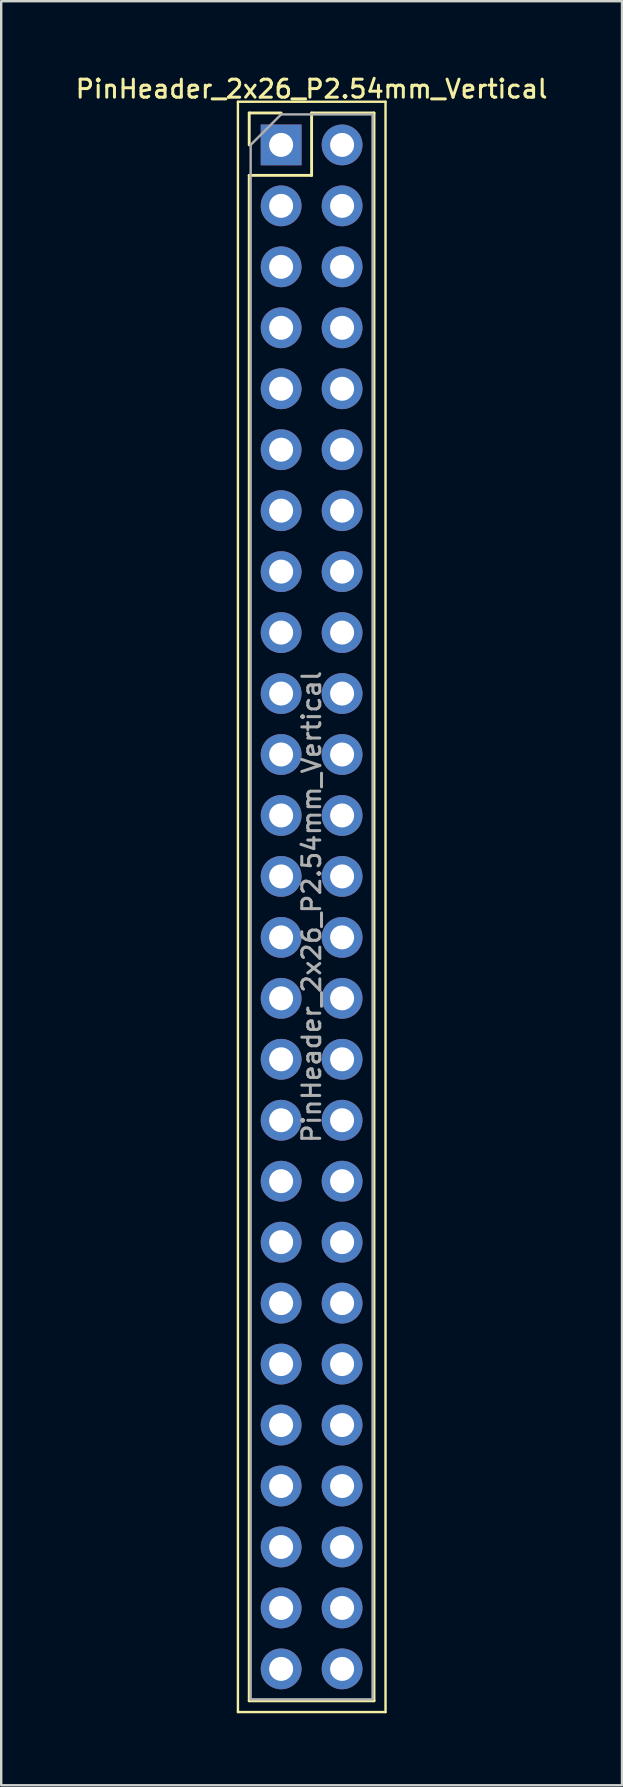
<source format=kicad_pcb>
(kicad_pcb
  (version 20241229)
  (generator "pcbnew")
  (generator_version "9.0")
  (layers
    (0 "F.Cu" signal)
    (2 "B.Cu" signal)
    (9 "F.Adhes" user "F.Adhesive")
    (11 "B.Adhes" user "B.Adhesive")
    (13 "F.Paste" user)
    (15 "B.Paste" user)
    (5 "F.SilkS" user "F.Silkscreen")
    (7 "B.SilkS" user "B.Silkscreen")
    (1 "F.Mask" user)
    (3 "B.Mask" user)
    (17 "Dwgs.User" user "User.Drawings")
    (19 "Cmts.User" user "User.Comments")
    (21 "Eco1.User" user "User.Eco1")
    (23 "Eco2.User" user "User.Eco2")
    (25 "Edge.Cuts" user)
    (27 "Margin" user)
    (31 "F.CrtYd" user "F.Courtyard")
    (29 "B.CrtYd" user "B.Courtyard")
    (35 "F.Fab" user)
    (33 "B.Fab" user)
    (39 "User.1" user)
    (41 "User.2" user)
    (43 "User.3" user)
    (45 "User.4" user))
  (footprint "PinHeader_2x26_P2.54mm_Vertical"
    (layer "F.Cu")
    (at 8.664 2.988)
    (property "Reference" "PinHeader_2x26_P2.54mm_Vertical" (at 1.27 -2.33 0) (layer "F.SilkS") (effects (font (size 0.75 0.75) (thickness 0.125))))
    (attr through_hole)
    (fp_line (start -1.8 -1.8) (end -1.8 65.3) (stroke (width 0.1) (type solid)) (layer "F.SilkS"))
    (fp_line (start -1.8 65.3) (end 4.35 65.3) (stroke (width 0.1) (type solid)) (layer "F.SilkS"))
    (fp_line (start -1.33 -1.33) (end 0 -1.33) (stroke (width 0.12) (type solid)) (layer "F.SilkS"))
    (fp_line (start -1.33 0) (end -1.33 -1.33) (stroke (width 0.12) (type solid)) (layer "F.SilkS"))
    (fp_line (start -1.33 1.27) (end -1.33 64.83) (stroke (width 0.12) (type solid)) (layer "F.SilkS"))
    (fp_line (start -1.33 1.27) (end 1.27 1.27) (stroke (width 0.12) (type solid)) (layer "F.SilkS"))
    (fp_line (start -1.33 64.83) (end 3.87 64.83) (stroke (width 0.12) (type solid)) (layer "F.SilkS"))
    (fp_line (start 1.27 -1.33) (end 3.87 -1.33) (stroke (width 0.12) (type solid)) (layer "F.SilkS"))
    (fp_line (start 1.27 1.27) (end 1.27 -1.33) (stroke (width 0.12) (type solid)) (layer "F.SilkS"))
    (fp_line (start 3.87 -1.33) (end 3.87 64.83) (stroke (width 0.12) (type solid)) (layer "F.SilkS"))
    (fp_line (start 4.35 -1.8) (end -1.8 -1.8) (stroke (width 0.1) (type solid)) (layer "F.SilkS"))
    (fp_line (start 4.35 65.3) (end 4.35 -1.8) (stroke (width 0.1) (type solid)) (layer "F.SilkS"))
    (fp_line (start -1.27 0) (end 0 -1.27) (stroke (width 0.1) (type solid)) (layer "F.Fab"))
    (fp_line (start -1.27 64.77) (end -1.27 0) (stroke (width 0.1) (type solid)) (layer "F.Fab"))
    (fp_line (start 0 -1.27) (end 3.81 -1.27) (stroke (width 0.1) (type solid)) (layer "F.Fab"))
    (fp_line (start 3.81 -1.27) (end 3.81 64.77) (stroke (width 0.1) (type solid)) (layer "F.Fab"))
    (fp_line (start 3.81 64.77) (end -1.27 64.77) (stroke (width 0.1) (type solid)) (layer "F.Fab"))
    (fp_text user "${REFERENCE}" (at 1.27 31.75 90) (layer "F.Fab") (effects (font (size 0.75 0.75) (thickness 0.125))))
    (pad "1" thru_hole rect (at 0 0) (size 1.7 1.7) (drill 1) (layers "*.Cu" "*.Mask"))
    (pad "2" thru_hole oval (at 2.54 0) (size 1.7 1.7) (drill 1) (layers "*.Cu" "*.Mask"))
    (pad "3" thru_hole oval (at 0 2.54) (size 1.7 1.7) (drill 1) (layers "*.Cu" "*.Mask"))
    (pad "4" thru_hole oval (at 2.54 2.54) (size 1.7 1.7) (drill 1) (layers "*.Cu" "*.Mask"))
    (pad "5" thru_hole oval (at 0 5.08) (size 1.7 1.7) (drill 1) (layers "*.Cu" "*.Mask"))
    (pad "6" thru_hole oval (at 2.54 5.08) (size 1.7 1.7) (drill 1) (layers "*.Cu" "*.Mask"))
    (pad "7" thru_hole oval (at 0 7.62) (size 1.7 1.7) (drill 1) (layers "*.Cu" "*.Mask"))
    (pad "8" thru_hole oval (at 2.54 7.62) (size 1.7 1.7) (drill 1) (layers "*.Cu" "*.Mask"))
    (pad "9" thru_hole oval (at 0 10.16) (size 1.7 1.7) (drill 1) (layers "*.Cu" "*.Mask"))
    (pad "10" thru_hole oval (at 2.54 10.16) (size 1.7 1.7) (drill 1) (layers "*.Cu" "*.Mask"))
    (pad "11" thru_hole oval (at 0 12.7) (size 1.7 1.7) (drill 1) (layers "*.Cu" "*.Mask"))
    (pad "12" thru_hole oval (at 2.54 12.7) (size 1.7 1.7) (drill 1) (layers "*.Cu" "*.Mask"))
    (pad "13" thru_hole oval (at 0 15.24) (size 1.7 1.7) (drill 1) (layers "*.Cu" "*.Mask"))
    (pad "14" thru_hole oval (at 2.54 15.24) (size 1.7 1.7) (drill 1) (layers "*.Cu" "*.Mask"))
    (pad "15" thru_hole oval (at 0 17.78) (size 1.7 1.7) (drill 1) (layers "*.Cu" "*.Mask"))
    (pad "16" thru_hole oval (at 2.54 17.78) (size 1.7 1.7) (drill 1) (layers "*.Cu" "*.Mask"))
    (pad "17" thru_hole oval (at 0 20.32) (size 1.7 1.7) (drill 1) (layers "*.Cu" "*.Mask"))
    (pad "18" thru_hole oval (at 2.54 20.32) (size 1.7 1.7) (drill 1) (layers "*.Cu" "*.Mask"))
    (pad "19" thru_hole oval (at 0 22.86) (size 1.7 1.7) (drill 1) (layers "*.Cu" "*.Mask"))
    (pad "20" thru_hole oval (at 2.54 22.86) (size 1.7 1.7) (drill 1) (layers "*.Cu" "*.Mask"))
    (pad "21" thru_hole oval (at 0 25.4) (size 1.7 1.7) (drill 1) (layers "*.Cu" "*.Mask"))
    (pad "22" thru_hole oval (at 2.54 25.4) (size 1.7 1.7) (drill 1) (layers "*.Cu" "*.Mask"))
    (pad "23" thru_hole oval (at 0 27.94) (size 1.7 1.7) (drill 1) (layers "*.Cu" "*.Mask"))
    (pad "24" thru_hole oval (at 2.54 27.94) (size 1.7 1.7) (drill 1) (layers "*.Cu" "*.Mask"))
    (pad "25" thru_hole oval (at 0 30.48) (size 1.7 1.7) (drill 1) (layers "*.Cu" "*.Mask"))
    (pad "26" thru_hole oval (at 2.54 30.48) (size 1.7 1.7) (drill 1) (layers "*.Cu" "*.Mask"))
    (pad "27" thru_hole oval (at 0 33.02) (size 1.7 1.7) (drill 1) (layers "*.Cu" "*.Mask"))
    (pad "28" thru_hole oval (at 2.54 33.02) (size 1.7 1.7) (drill 1) (layers "*.Cu" "*.Mask"))
    (pad "29" thru_hole oval (at 0 35.56) (size 1.7 1.7) (drill 1) (layers "*.Cu" "*.Mask"))
    (pad "30" thru_hole oval (at 2.54 35.56) (size 1.7 1.7) (drill 1) (layers "*.Cu" "*.Mask"))
    (pad "31" thru_hole oval (at 0 38.1) (size 1.7 1.7) (drill 1) (layers "*.Cu" "*.Mask"))
    (pad "32" thru_hole oval (at 2.54 38.1) (size 1.7 1.7) (drill 1) (layers "*.Cu" "*.Mask"))
    (pad "33" thru_hole oval (at 0 40.64) (size 1.7 1.7) (drill 1) (layers "*.Cu" "*.Mask"))
    (pad "34" thru_hole oval (at 2.54 40.64) (size 1.7 1.7) (drill 1) (layers "*.Cu" "*.Mask"))
    (pad "35" thru_hole oval (at 0 43.18) (size 1.7 1.7) (drill 1) (layers "*.Cu" "*.Mask"))
    (pad "36" thru_hole oval (at 2.54 43.18) (size 1.7 1.7) (drill 1) (layers "*.Cu" "*.Mask"))
    (pad "37" thru_hole oval (at 0 45.72) (size 1.7 1.7) (drill 1) (layers "*.Cu" "*.Mask"))
    (pad "38" thru_hole oval (at 2.54 45.72) (size 1.7 1.7) (drill 1) (layers "*.Cu" "*.Mask"))
    (pad "39" thru_hole oval (at 0 48.26) (size 1.7 1.7) (drill 1) (layers "*.Cu" "*.Mask"))
    (pad "40" thru_hole oval (at 2.54 48.26) (size 1.7 1.7) (drill 1) (layers "*.Cu" "*.Mask"))
    (pad "41" thru_hole oval (at 0 50.8) (size 1.7 1.7) (drill 1) (layers "*.Cu" "*.Mask"))
    (pad "42" thru_hole oval (at 2.54 50.8) (size 1.7 1.7) (drill 1) (layers "*.Cu" "*.Mask"))
    (pad "43" thru_hole oval (at 0 53.34) (size 1.7 1.7) (drill 1) (layers "*.Cu" "*.Mask"))
    (pad "44" thru_hole oval (at 2.54 53.34) (size 1.7 1.7) (drill 1) (layers "*.Cu" "*.Mask"))
    (pad "45" thru_hole oval (at 0 55.88) (size 1.7 1.7) (drill 1) (layers "*.Cu" "*.Mask"))
    (pad "46" thru_hole oval (at 2.54 55.88) (size 1.7 1.7) (drill 1) (layers "*.Cu" "*.Mask"))
    (pad "47" thru_hole oval (at 0 58.42) (size 1.7 1.7) (drill 1) (layers "*.Cu" "*.Mask"))
    (pad "48" thru_hole oval (at 2.54 58.42) (size 1.7 1.7) (drill 1) (layers "*.Cu" "*.Mask"))
    (pad "49" thru_hole oval (at 0 60.96) (size 1.7 1.7) (drill 1) (layers "*.Cu" "*.Mask"))
    (pad "50" thru_hole oval (at 2.54 60.96) (size 1.7 1.7) (drill 1) (layers "*.Cu" "*.Mask"))
    (pad "51" thru_hole oval (at 0 63.5) (size 1.7 1.7) (drill 1) (layers "*.Cu" "*.Mask"))
    (pad "52" thru_hole oval (at 2.54 63.5) (size 1.7 1.7) (drill 1) (layers "*.Cu" "*.Mask")))
  (gr_rect
    (start -3 -3)
    (end 22.868 71.338)
    (stroke (width 0.1) (type default))
    (fill no)
    (layer "Edge.Cuts")))
</source>
